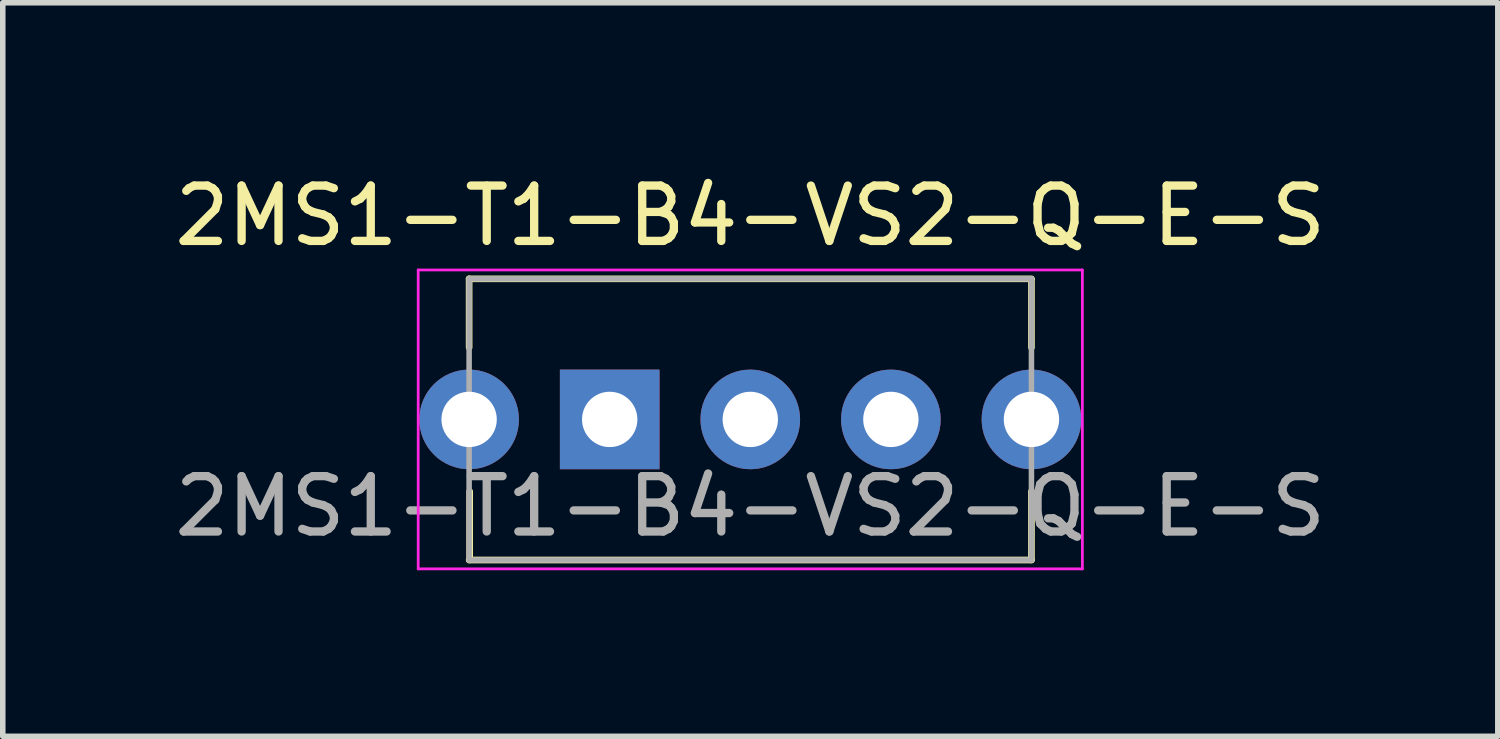
<source format=kicad_pcb>
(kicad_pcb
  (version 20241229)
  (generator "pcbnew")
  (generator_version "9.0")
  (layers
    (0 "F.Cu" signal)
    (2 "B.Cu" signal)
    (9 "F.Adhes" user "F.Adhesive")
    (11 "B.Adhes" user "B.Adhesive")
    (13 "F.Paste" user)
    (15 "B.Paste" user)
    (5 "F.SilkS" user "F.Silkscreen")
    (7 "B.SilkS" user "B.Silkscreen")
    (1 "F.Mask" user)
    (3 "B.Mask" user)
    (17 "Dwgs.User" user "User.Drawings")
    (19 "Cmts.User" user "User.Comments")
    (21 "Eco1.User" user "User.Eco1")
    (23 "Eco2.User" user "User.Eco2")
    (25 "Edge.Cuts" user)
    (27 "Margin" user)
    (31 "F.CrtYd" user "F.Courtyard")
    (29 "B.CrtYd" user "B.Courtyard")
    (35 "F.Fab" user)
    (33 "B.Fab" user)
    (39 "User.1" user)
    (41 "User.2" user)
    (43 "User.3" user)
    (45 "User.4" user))
  (footprint "2MS1-T1-B4-VS2-Q-E-S"
    (layer "F.Cu")
    (at 10.506 4.528)
    (property "Reference" "2MS1-T1-B4-VS2-Q-E-S" (at 0 -3.68 0) (unlocked yes) (layer "F.SilkS") (effects (font (size 1 1) (thickness 0.15))))
    (attr through_hole)
    (fp_line (start -5.08 -2.54) (end -5.08 -1.3) (stroke (width 0.12) (type solid)) (layer "F.SilkS"))
    (fp_line (start -5.08 2.54) (end 5.08 2.54) (stroke (width 0.12) (type solid)) (layer "F.SilkS"))
    (fp_line (start -5.07 1.3) (end -5.07 2.54) (stroke (width 0.12) (type solid)) (layer "F.SilkS"))
    (fp_line (start 5.08 -2.54) (end -5.08 -2.54) (stroke (width 0.12) (type solid)) (layer "F.SilkS"))
    (fp_line (start 5.08 -2.53) (end 5.08 -1.3) (stroke (width 0.12) (type solid)) (layer "F.SilkS"))
    (fp_line (start 5.08 1.3) (end 5.08 2.54) (stroke (width 0.12) (type solid)) (layer "F.SilkS"))
    (fp_line (start -6 -2.7) (end -6 2.7) (stroke (width 0.05) (type solid)) (layer "F.CrtYd"))
    (fp_line (start -6 2.7) (end 6 2.7) (stroke (width 0.05) (type solid)) (layer "F.CrtYd"))
    (fp_line (start 6 -2.7) (end -6 -2.7) (stroke (width 0.05) (type solid)) (layer "F.CrtYd"))
    (fp_line (start 6 2.7) (end 6 -2.7) (stroke (width 0.05) (type solid)) (layer "F.CrtYd"))
    (fp_line (start -5.08 -2.54) (end 5.08 -2.54) (stroke (width 0.1) (type solid)) (layer "F.Fab"))
    (fp_line (start -5.08 2.54) (end -5.08 -2.54) (stroke (width 0.1) (type solid)) (layer "F.Fab"))
    (fp_line (start -5.08 2.54) (end 5.08 2.54) (stroke (width 0.1) (type solid)) (layer "F.Fab"))
    (fp_line (start 5.08 2.54) (end 5.08 -2.54) (stroke (width 0.1) (type solid)) (layer "F.Fab"))
    (fp_text user "${REFERENCE}" (at 0 1.57 0) (unlocked yes) (layer "F.Fab") (effects (font (size 1 1) (thickness 0.15))))
    (pad "" thru_hole circle (at -5.08 0) (size 1.8 1.8) (drill 1) (layers "*.Cu" "*.Mask") (remove_unused_layers yes) (keep_end_layers yes) (zone_layer_connections))
    (pad "" thru_hole circle (at 5.08 0) (size 1.8 1.8) (drill 1) (layers "*.Cu" "*.Mask") (remove_unused_layers yes) (keep_end_layers yes) (zone_layer_connections))
    (pad "1" thru_hole rect (at -2.54 0) (size 1.8 1.8) (drill 1) (layers "*.Cu" "*.Mask"))
    (pad "2" thru_hole circle (at 0 0) (size 1.8 1.8) (drill 1) (layers "*.Cu" "*.Mask"))
    (pad "3" thru_hole circle (at 2.54 0) (size 1.8 1.8) (drill 1) (layers "*.Cu" "*.Mask")))
  (gr_rect
    (start -3 -3)
    (end 24.012 10.253)
    (stroke (width 0.1) (type default))
    (fill no)
    (layer "Edge.Cuts")))
</source>
